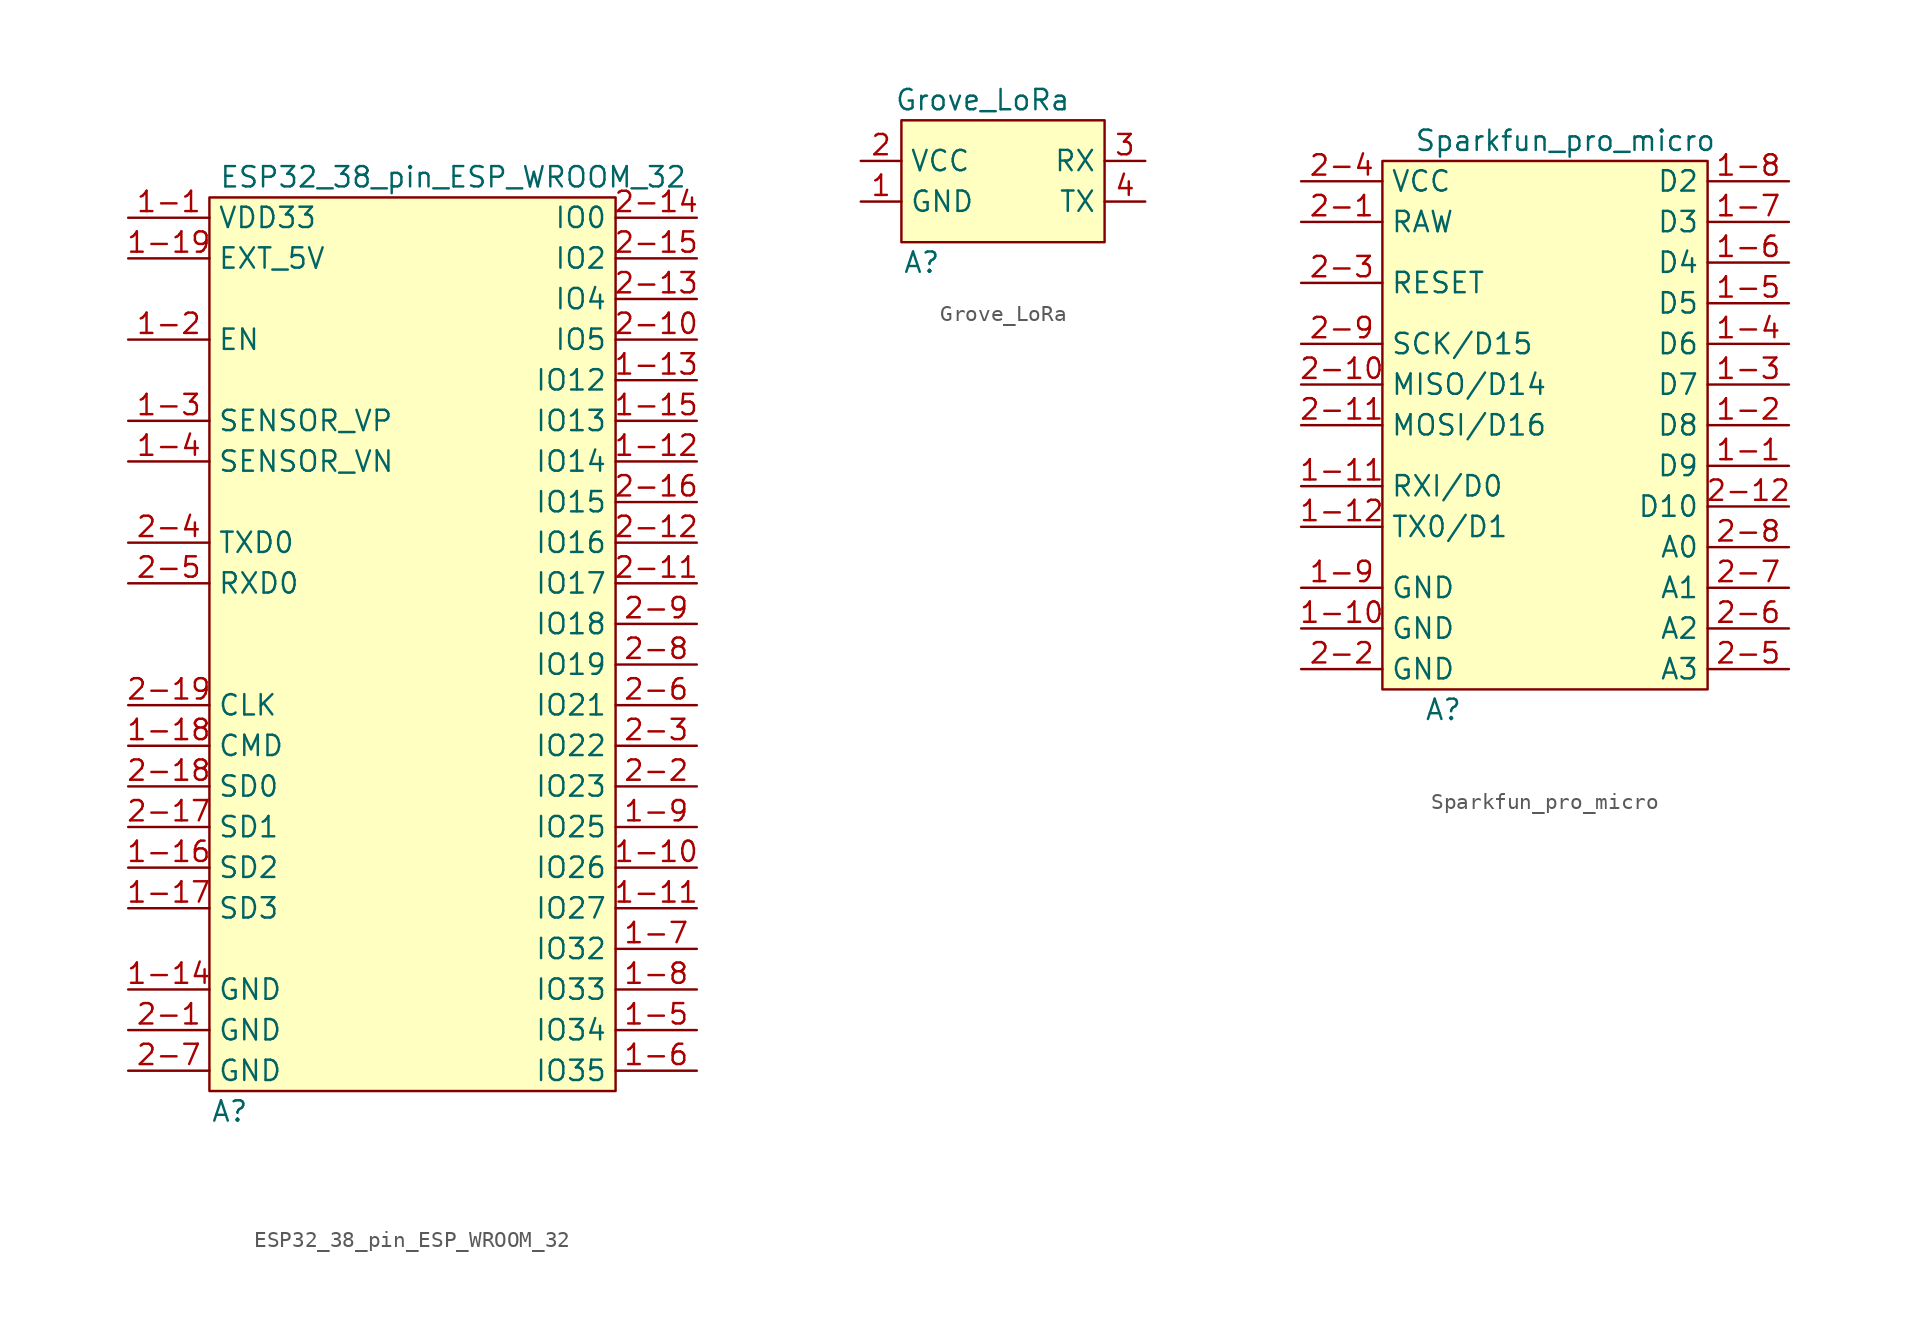
<source format=kicad_sym>
(kicad_symbol_lib
  (version 20211014)
  (generator kicad_symbol_editor)
  (symbol "ESP32_38_pin_ESP_WROOM_32"
    (property "Reference" "A"
      (at -11.43 -29.21 0)
      (effects (font (size 1.27 1.27))))
    (property "Value" "ESP32_38_pin_ESP_WROOM_32"
      (at 2.54 29.21 0)
      (effects (font (size 1.27 1.27))))
    (symbol "ESP32_38_pin_ESP_WROOM_32_0_1"
      (rectangle (start -12.7 27.94) (end 12.7 -27.94) (stroke (width 0) (type default) (color 0 0 0 0)) (fill (type background))))
    (symbol "ESP32_38_pin_ESP_WROOM_32_1_1"
      (pin power_in line (at -17.78 26.67 0) (length 5.08) (name "VDD33" (effects (font (size 1.27 1.27)))) (number "1-1" (effects (font (size 1.27 1.27)))))
      (pin bidirectional line (at 17.78 -13.97 180) (length 5.08) (name "IO26" (effects (font (size 1.27 1.27)))) (number "1-10" (effects (font (size 1.27 1.27)))))
      (pin bidirectional line (at 17.78 -16.51 180) (length 5.08) (name "IO27" (effects (font (size 1.27 1.27)))) (number "1-11" (effects (font (size 1.27 1.27)))))
      (pin bidirectional line (at 17.78 11.43 180) (length 5.08) (name "IO14" (effects (font (size 1.27 1.27)))) (number "1-12" (effects (font (size 1.27 1.27)))))
      (pin bidirectional line (at 17.78 16.51 180) (length 5.08) (name "IO12" (effects (font (size 1.27 1.27)))) (number "1-13" (effects (font (size 1.27 1.27)))))
      (pin power_in line (at -17.78 -21.59 0) (length 5.08) (name "GND" (effects (font (size 1.27 1.27)))) (number "1-14" (effects (font (size 1.27 1.27)))))
      (pin bidirectional line (at 17.78 13.97 180) (length 5.08) (name "IO13" (effects (font (size 1.27 1.27)))) (number "1-15" (effects (font (size 1.27 1.27)))))
      (pin bidirectional line (at -17.78 -13.97 0) (length 5.08) (name "SD2" (effects (font (size 1.27 1.27)))) (number "1-16" (effects (font (size 1.27 1.27)))))
      (pin bidirectional line (at -17.78 -16.51 0) (length 5.08) (name "SD3" (effects (font (size 1.27 1.27)))) (number "1-17" (effects (font (size 1.27 1.27)))))
      (pin bidirectional line (at -17.78 -6.35 0) (length 5.08) (name "CMD" (effects (font (size 1.27 1.27)))) (number "1-18" (effects (font (size 1.27 1.27)))))
      (pin power_in line (at -17.78 24.13 0) (length 5.08) (name "EXT_5V" (effects (font (size 1.27 1.27)))) (number "1-19" (effects (font (size 1.27 1.27)))))
      (pin bidirectional line (at -17.78 19.05 0) (length 5.08) (name "EN" (effects (font (size 1.27 1.27)))) (number "1-2" (effects (font (size 1.27 1.27)))))
      (pin bidirectional line (at -17.78 13.97 0) (length 5.08) (name "SENSOR_VP" (effects (font (size 1.27 1.27)))) (number "1-3" (effects (font (size 1.27 1.27)))))
      (pin bidirectional line (at -17.78 11.43 0) (length 5.08) (name "SENSOR_VN" (effects (font (size 1.27 1.27)))) (number "1-4" (effects (font (size 1.27 1.27)))))
      (pin bidirectional line (at 17.78 -24.13 180) (length 5.08) (name "IO34" (effects (font (size 1.27 1.27)))) (number "1-5" (effects (font (size 1.27 1.27)))))
      (pin bidirectional line (at 17.78 -26.67 180) (length 5.08) (name "IO35" (effects (font (size 1.27 1.27)))) (number "1-6" (effects (font (size 1.27 1.27)))))
      (pin bidirectional line (at 17.78 -19.05 180) (length 5.08) (name "IO32" (effects (font (size 1.27 1.27)))) (number "1-7" (effects (font (size 1.27 1.27)))))
      (pin bidirectional line (at 17.78 -21.59 180) (length 5.08) (name "IO33" (effects (font (size 1.27 1.27)))) (number "1-8" (effects (font (size 1.27 1.27)))))
      (pin bidirectional line (at 17.78 -11.43 180) (length 5.08) (name "IO25" (effects (font (size 1.27 1.27)))) (number "1-9" (effects (font (size 1.27 1.27)))))
      (pin power_in line (at -17.78 -24.13 0) (length 5.08) (name "GND" (effects (font (size 1.27 1.27)))) (number "2-1" (effects (font (size 1.27 1.27)))))
      (pin bidirectional line (at 17.78 19.05 180) (length 5.08) (name "IO5" (effects (font (size 1.27 1.27)))) (number "2-10" (effects (font (size 1.27 1.27)))))
      (pin bidirectional line (at 17.78 3.81 180) (length 5.08) (name "IO17" (effects (font (size 1.27 1.27)))) (number "2-11" (effects (font (size 1.27 1.27)))))
      (pin bidirectional line (at 17.78 6.35 180) (length 5.08) (name "IO16" (effects (font (size 1.27 1.27)))) (number "2-12" (effects (font (size 1.27 1.27)))))
      (pin bidirectional line (at 17.78 21.59 180) (length 5.08) (name "IO4" (effects (font (size 1.27 1.27)))) (number "2-13" (effects (font (size 1.27 1.27)))))
      (pin bidirectional line (at 17.78 26.67 180) (length 5.08) (name "IO0" (effects (font (size 1.27 1.27)))) (number "2-14" (effects (font (size 1.27 1.27)))))
      (pin bidirectional line (at 17.78 24.13 180) (length 5.08) (name "IO2" (effects (font (size 1.27 1.27)))) (number "2-15" (effects (font (size 1.27 1.27)))))
      (pin bidirectional line (at 17.78 8.89 180) (length 5.08) (name "IO15" (effects (font (size 1.27 1.27)))) (number "2-16" (effects (font (size 1.27 1.27)))))
      (pin bidirectional line (at -17.78 -11.43 0) (length 5.08) (name "SD1" (effects (font (size 1.27 1.27)))) (number "2-17" (effects (font (size 1.27 1.27)))))
      (pin bidirectional line (at -17.78 -8.89 0) (length 5.08) (name "SD0" (effects (font (size 1.27 1.27)))) (number "2-18" (effects (font (size 1.27 1.27)))))
      (pin bidirectional line (at -17.78 -3.81 0) (length 5.08) (name "CLK" (effects (font (size 1.27 1.27)))) (number "2-19" (effects (font (size 1.27 1.27)))))
      (pin bidirectional line (at 17.78 -8.89 180) (length 5.08) (name "IO23" (effects (font (size 1.27 1.27)))) (number "2-2" (effects (font (size 1.27 1.27)))))
      (pin bidirectional line (at 17.78 -6.35 180) (length 5.08) (name "IO22" (effects (font (size 1.27 1.27)))) (number "2-3" (effects (font (size 1.27 1.27)))))
      (pin bidirectional line (at -17.78 6.35 0) (length 5.08) (name "TXD0" (effects (font (size 1.27 1.27)))) (number "2-4" (effects (font (size 1.27 1.27)))))
      (pin bidirectional line (at -17.78 3.81 0) (length 5.08) (name "RXD0" (effects (font (size 1.27 1.27)))) (number "2-5" (effects (font (size 1.27 1.27)))))
      (pin bidirectional line (at 17.78 -3.81 180) (length 5.08) (name "IO21" (effects (font (size 1.27 1.27)))) (number "2-6" (effects (font (size 1.27 1.27)))))
      (pin power_in line (at -17.78 -26.67 0) (length 5.08) (name "GND" (effects (font (size 1.27 1.27)))) (number "2-7" (effects (font (size 1.27 1.27)))))
      (pin bidirectional line (at 17.78 -1.27 180) (length 5.08) (name "IO19" (effects (font (size 1.27 1.27)))) (number "2-8" (effects (font (size 1.27 1.27)))))
      (pin bidirectional line (at 17.78 1.27 180) (length 5.08) (name "IO18" (effects (font (size 1.27 1.27)))) (number "2-9" (effects (font (size 1.27 1.27)))))))
  (symbol "Grove_LoRa"
    (property "Reference" "A"
      (at -5.08 -5.08 0)
      (effects (font (size 1.27 1.27))))
    (property "Value" "Grove_LoRa"
      (at -1.27 5.08 0)
      (effects (font (size 1.27 1.27))))
    (symbol "Grove_LoRa_0_1"
      (rectangle (start -6.35 3.81) (end 6.35 -3.81) (stroke (width 0) (type default) (color 0 0 0 0)) (fill (type background))))
    (symbol "Grove_LoRa_1_1"
      (pin power_in line (at -8.89 -1.27 0) (length 2.54) (name "GND" (effects (font (size 1.27 1.27)))) (number "1" (effects (font (size 1.27 1.27)))))
      (pin power_in line (at -8.89 1.27 0) (length 2.54) (name "VCC" (effects (font (size 1.27 1.27)))) (number "2" (effects (font (size 1.27 1.27)))))
      (pin bidirectional line (at 8.89 1.27 180) (length 2.54) (name "RX" (effects (font (size 1.27 1.27)))) (number "3" (effects (font (size 1.27 1.27)))))
      (pin bidirectional line (at 8.89 -1.27 180) (length 2.54) (name "TX" (effects (font (size 1.27 1.27)))) (number "4" (effects (font (size 1.27 1.27)))))))
  (symbol "Sparkfun_pro_micro"
    (property "Reference" "A"
      (at -6.35 -17.78 0)
      (effects (font (size 1.27 1.27))))
    (property "Value" "Sparkfun_pro_micro"
      (at 1.27 17.78 0)
      (effects (font (size 1.27 1.27))))
    (symbol "Sparkfun_pro_micro_0_1"
      (rectangle (start -10.16 16.51) (end 10.16 -16.51) (stroke (width 0) (type default) (color 0 0 0 0)) (fill (type background))))
    (symbol "Sparkfun_pro_micro_1_1"
      (pin bidirectional line (at 15.24 -2.54 180) (length 5.08) (name "D9" (effects (font (size 1.27 1.27)))) (number "1-1" (effects (font (size 1.27 1.27)))))
      (pin power_in line (at -15.24 -12.7 0) (length 5.08) (name "GND" (effects (font (size 1.27 1.27)))) (number "1-10" (effects (font (size 1.27 1.27)))))
      (pin bidirectional line (at -15.24 -3.81 0) (length 5.08) (name "RXI/D0" (effects (font (size 1.27 1.27)))) (number "1-11" (effects (font (size 1.27 1.27)))))
      (pin bidirectional line (at -15.24 -6.35 0) (length 5.08) (name "TX0/D1" (effects (font (size 1.27 1.27)))) (number "1-12" (effects (font (size 1.27 1.27)))))
      (pin bidirectional line (at 15.24 0 180) (length 5.08) (name "D8" (effects (font (size 1.27 1.27)))) (number "1-2" (effects (font (size 1.27 1.27)))))
      (pin bidirectional line (at 15.24 2.54 180) (length 5.08) (name "D7" (effects (font (size 1.27 1.27)))) (number "1-3" (effects (font (size 1.27 1.27)))))
      (pin bidirectional line (at 15.24 5.08 180) (length 5.08) (name "D6" (effects (font (size 1.27 1.27)))) (number "1-4" (effects (font (size 1.27 1.27)))))
      (pin bidirectional line (at 15.24 7.62 180) (length 5.08) (name "D5" (effects (font (size 1.27 1.27)))) (number "1-5" (effects (font (size 1.27 1.27)))))
      (pin bidirectional line (at 15.24 10.16 180) (length 5.08) (name "D4" (effects (font (size 1.27 1.27)))) (number "1-6" (effects (font (size 1.27 1.27)))))
      (pin bidirectional line (at 15.24 12.7 180) (length 5.08) (name "D3" (effects (font (size 1.27 1.27)))) (number "1-7" (effects (font (size 1.27 1.27)))))
      (pin bidirectional line (at 15.24 15.24 180) (length 5.08) (name "D2" (effects (font (size 1.27 1.27)))) (number "1-8" (effects (font (size 1.27 1.27)))))
      (pin power_in line (at -15.24 -10.16 0) (length 5.08) (name "GND" (effects (font (size 1.27 1.27)))) (number "1-9" (effects (font (size 1.27 1.27)))))
      (pin power_in line (at -15.24 12.7 0) (length 5.08) (name "RAW" (effects (font (size 1.27 1.27)))) (number "2-1" (effects (font (size 1.27 1.27)))))
      (pin bidirectional line (at -15.24 2.54 0) (length 5.08) (name "MISO/D14" (effects (font (size 1.27 1.27)))) (number "2-10" (effects (font (size 1.27 1.27)))))
      (pin bidirectional line (at -15.24 0 0) (length 5.08) (name "MOSI/D16" (effects (font (size 1.27 1.27)))) (number "2-11" (effects (font (size 1.27 1.27)))))
      (pin bidirectional line (at 15.24 -5.08 180) (length 5.08) (name "D10" (effects (font (size 1.27 1.27)))) (number "2-12" (effects (font (size 1.27 1.27)))))
      (pin power_in line (at -15.24 -15.24 0) (length 5.08) (name "GND" (effects (font (size 1.27 1.27)))) (number "2-2" (effects (font (size 1.27 1.27)))))
      (pin bidirectional line (at -15.24 8.89 0) (length 5.08) (name "RESET" (effects (font (size 1.27 1.27)))) (number "2-3" (effects (font (size 1.27 1.27)))))
      (pin power_in line (at -15.24 15.24 0) (length 5.08) (name "VCC" (effects (font (size 1.27 1.27)))) (number "2-4" (effects (font (size 1.27 1.27)))))
      (pin bidirectional line (at 15.24 -15.24 180) (length 5.08) (name "A3" (effects (font (size 1.27 1.27)))) (number "2-5" (effects (font (size 1.27 1.27)))))
      (pin bidirectional line (at 15.24 -12.7 180) (length 5.08) (name "A2" (effects (font (size 1.27 1.27)))) (number "2-6" (effects (font (size 1.27 1.27)))))
      (pin bidirectional line (at 15.24 -10.16 180) (length 5.08) (name "A1" (effects (font (size 1.27 1.27)))) (number "2-7" (effects (font (size 1.27 1.27)))))
      (pin bidirectional line (at 15.24 -7.62 180) (length 5.08) (name "A0" (effects (font (size 1.27 1.27)))) (number "2-8" (effects (font (size 1.27 1.27)))))
      (pin bidirectional line (at -15.24 5.08 0) (length 5.08) (name "SCK/D15" (effects (font (size 1.27 1.27)))) (number "2-9" (effects (font (size 1.27 1.27))))))))
</source>
